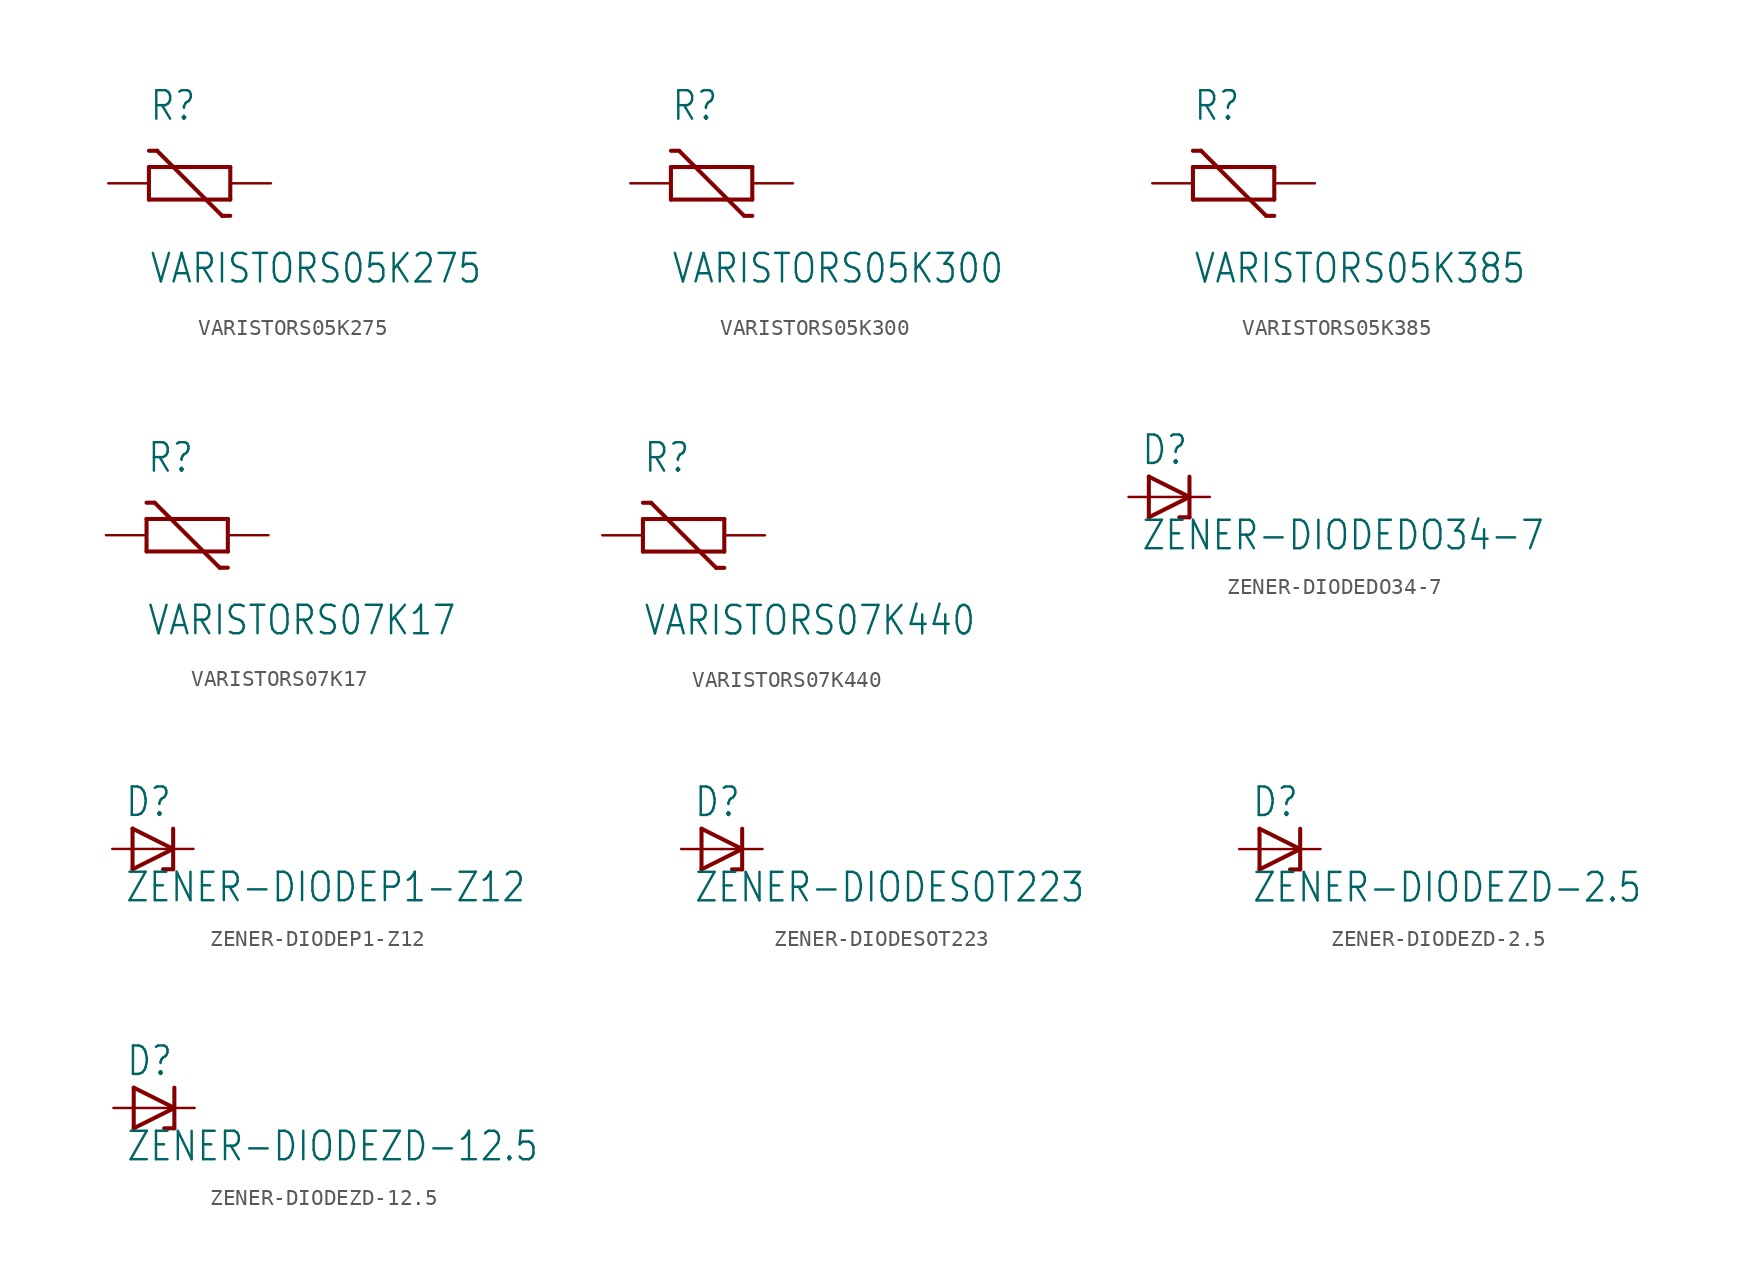
<source format=kicad_sym>
(kicad_symbol_lib
  (version 20211014)
  (generator kicad_symbol_editor)
  (symbol "VARISTORS05K275"
    (property "Reference" "R"
      (at -2.54 3.81 0)
      (effects (font (size 1.778 1.511)) (justify left bottom)))
    (property "Value" "VARISTORS05K275"
      (at -2.54 -6.35 0)
      (effects (font (size 1.778 1.511)) (justify left bottom)))
    (property "ki_locked" ""
      (at 0 0 0)
      (effects (font (size 1.27 1.27))))
    (symbol "VARISTORS05K275_1_0"
      (polyline (pts (xy -2.54 -1.016) (xy -2.54 1.016)) (stroke (width 0.254) (type default) (color 0 0 0 0)) (fill (type none)))
      (polyline (pts (xy -2.54 1.016) (xy 2.54 1.016)) (stroke (width 0.254) (type default) (color 0 0 0 0)) (fill (type none)))
      (polyline (pts (xy -2.032 2.032) (xy -2.54 2.032)) (stroke (width 0.254) (type default) (color 0 0 0 0)) (fill (type none)))
      (polyline (pts (xy 2.032 -2.032) (xy -2.032 2.032)) (stroke (width 0.254) (type default) (color 0 0 0 0)) (fill (type none)))
      (polyline (pts (xy 2.54 -2.032) (xy 2.032 -2.032)) (stroke (width 0.254) (type default) (color 0 0 0 0)) (fill (type none)))
      (polyline (pts (xy 2.54 -1.016) (xy -2.54 -1.016)) (stroke (width 0.254) (type default) (color 0 0 0 0)) (fill (type none)))
      (polyline (pts (xy 2.54 1.016) (xy 2.54 -1.016)) (stroke (width 0.254) (type default) (color 0 0 0 0)) (fill (type none)))
      (pin passive line (at 5.08 0 180) (length 2.54) (name "1" (effects (font (size 0 0)))) (number "1" (effects (font (size 0 0)))))
      (pin passive line (at -5.08 0 0) (length 2.54) (name "2" (effects (font (size 0 0)))) (number "2" (effects (font (size 0 0)))))))
  (symbol "VARISTORS05K300"
    (property "Reference" "R"
      (at -2.54 3.81 0)
      (effects (font (size 1.778 1.511)) (justify left bottom)))
    (property "Value" "VARISTORS05K300"
      (at -2.54 -6.35 0)
      (effects (font (size 1.778 1.511)) (justify left bottom)))
    (property "ki_locked" ""
      (at 0 0 0)
      (effects (font (size 1.27 1.27))))
    (symbol "VARISTORS05K300_1_0"
      (polyline (pts (xy -2.54 -1.016) (xy -2.54 1.016)) (stroke (width 0.254) (type default) (color 0 0 0 0)) (fill (type none)))
      (polyline (pts (xy -2.54 1.016) (xy 2.54 1.016)) (stroke (width 0.254) (type default) (color 0 0 0 0)) (fill (type none)))
      (polyline (pts (xy -2.032 2.032) (xy -2.54 2.032)) (stroke (width 0.254) (type default) (color 0 0 0 0)) (fill (type none)))
      (polyline (pts (xy 2.032 -2.032) (xy -2.032 2.032)) (stroke (width 0.254) (type default) (color 0 0 0 0)) (fill (type none)))
      (polyline (pts (xy 2.54 -2.032) (xy 2.032 -2.032)) (stroke (width 0.254) (type default) (color 0 0 0 0)) (fill (type none)))
      (polyline (pts (xy 2.54 -1.016) (xy -2.54 -1.016)) (stroke (width 0.254) (type default) (color 0 0 0 0)) (fill (type none)))
      (polyline (pts (xy 2.54 1.016) (xy 2.54 -1.016)) (stroke (width 0.254) (type default) (color 0 0 0 0)) (fill (type none)))
      (pin passive line (at 5.08 0 180) (length 2.54) (name "1" (effects (font (size 0 0)))) (number "1" (effects (font (size 0 0)))))
      (pin passive line (at -5.08 0 0) (length 2.54) (name "2" (effects (font (size 0 0)))) (number "2" (effects (font (size 0 0)))))))
  (symbol "VARISTORS05K385"
    (property "Reference" "R"
      (at -2.54 3.81 0)
      (effects (font (size 1.778 1.511)) (justify left bottom)))
    (property "Value" "VARISTORS05K385"
      (at -2.54 -6.35 0)
      (effects (font (size 1.778 1.511)) (justify left bottom)))
    (property "ki_locked" ""
      (at 0 0 0)
      (effects (font (size 1.27 1.27))))
    (symbol "VARISTORS05K385_1_0"
      (polyline (pts (xy -2.54 -1.016) (xy -2.54 1.016)) (stroke (width 0.254) (type default) (color 0 0 0 0)) (fill (type none)))
      (polyline (pts (xy -2.54 1.016) (xy 2.54 1.016)) (stroke (width 0.254) (type default) (color 0 0 0 0)) (fill (type none)))
      (polyline (pts (xy -2.032 2.032) (xy -2.54 2.032)) (stroke (width 0.254) (type default) (color 0 0 0 0)) (fill (type none)))
      (polyline (pts (xy 2.032 -2.032) (xy -2.032 2.032)) (stroke (width 0.254) (type default) (color 0 0 0 0)) (fill (type none)))
      (polyline (pts (xy 2.54 -2.032) (xy 2.032 -2.032)) (stroke (width 0.254) (type default) (color 0 0 0 0)) (fill (type none)))
      (polyline (pts (xy 2.54 -1.016) (xy -2.54 -1.016)) (stroke (width 0.254) (type default) (color 0 0 0 0)) (fill (type none)))
      (polyline (pts (xy 2.54 1.016) (xy 2.54 -1.016)) (stroke (width 0.254) (type default) (color 0 0 0 0)) (fill (type none)))
      (pin passive line (at 5.08 0 180) (length 2.54) (name "1" (effects (font (size 0 0)))) (number "1" (effects (font (size 0 0)))))
      (pin passive line (at -5.08 0 0) (length 2.54) (name "2" (effects (font (size 0 0)))) (number "2" (effects (font (size 0 0)))))))
  (symbol "VARISTORS07K17"
    (property "Reference" "R"
      (at -2.54 3.81 0)
      (effects (font (size 1.778 1.511)) (justify left bottom)))
    (property "Value" "VARISTORS07K17"
      (at -2.54 -6.35 0)
      (effects (font (size 1.778 1.511)) (justify left bottom)))
    (property "ki_locked" ""
      (at 0 0 0)
      (effects (font (size 1.27 1.27))))
    (symbol "VARISTORS07K17_1_0"
      (polyline (pts (xy -2.54 -1.016) (xy -2.54 1.016)) (stroke (width 0.254) (type default) (color 0 0 0 0)) (fill (type none)))
      (polyline (pts (xy -2.54 1.016) (xy 2.54 1.016)) (stroke (width 0.254) (type default) (color 0 0 0 0)) (fill (type none)))
      (polyline (pts (xy -2.032 2.032) (xy -2.54 2.032)) (stroke (width 0.254) (type default) (color 0 0 0 0)) (fill (type none)))
      (polyline (pts (xy 2.032 -2.032) (xy -2.032 2.032)) (stroke (width 0.254) (type default) (color 0 0 0 0)) (fill (type none)))
      (polyline (pts (xy 2.54 -2.032) (xy 2.032 -2.032)) (stroke (width 0.254) (type default) (color 0 0 0 0)) (fill (type none)))
      (polyline (pts (xy 2.54 -1.016) (xy -2.54 -1.016)) (stroke (width 0.254) (type default) (color 0 0 0 0)) (fill (type none)))
      (polyline (pts (xy 2.54 1.016) (xy 2.54 -1.016)) (stroke (width 0.254) (type default) (color 0 0 0 0)) (fill (type none)))
      (pin passive line (at 5.08 0 180) (length 2.54) (name "1" (effects (font (size 0 0)))) (number "1" (effects (font (size 0 0)))))
      (pin passive line (at -5.08 0 0) (length 2.54) (name "2" (effects (font (size 0 0)))) (number "2" (effects (font (size 0 0)))))))
  (symbol "VARISTORS07K440"
    (property "Reference" "R"
      (at -2.54 3.81 0)
      (effects (font (size 1.778 1.511)) (justify left bottom)))
    (property "Value" "VARISTORS07K440"
      (at -2.54 -6.35 0)
      (effects (font (size 1.778 1.511)) (justify left bottom)))
    (property "ki_locked" ""
      (at 0 0 0)
      (effects (font (size 1.27 1.27))))
    (symbol "VARISTORS07K440_1_0"
      (polyline (pts (xy -2.54 -1.016) (xy -2.54 1.016)) (stroke (width 0.254) (type default) (color 0 0 0 0)) (fill (type none)))
      (polyline (pts (xy -2.54 1.016) (xy 2.54 1.016)) (stroke (width 0.254) (type default) (color 0 0 0 0)) (fill (type none)))
      (polyline (pts (xy -2.032 2.032) (xy -2.54 2.032)) (stroke (width 0.254) (type default) (color 0 0 0 0)) (fill (type none)))
      (polyline (pts (xy 2.032 -2.032) (xy -2.032 2.032)) (stroke (width 0.254) (type default) (color 0 0 0 0)) (fill (type none)))
      (polyline (pts (xy 2.54 -2.032) (xy 2.032 -2.032)) (stroke (width 0.254) (type default) (color 0 0 0 0)) (fill (type none)))
      (polyline (pts (xy 2.54 -1.016) (xy -2.54 -1.016)) (stroke (width 0.254) (type default) (color 0 0 0 0)) (fill (type none)))
      (polyline (pts (xy 2.54 1.016) (xy 2.54 -1.016)) (stroke (width 0.254) (type default) (color 0 0 0 0)) (fill (type none)))
      (pin passive line (at 5.08 0 180) (length 2.54) (name "1" (effects (font (size 0 0)))) (number "1" (effects (font (size 0 0)))))
      (pin passive line (at -5.08 0 0) (length 2.54) (name "2" (effects (font (size 0 0)))) (number "2" (effects (font (size 0 0)))))))
  (symbol "ZENER-DIODEDO34-7"
    (property "Reference" "D"
      (at -1.778 1.905 0)
      (effects (font (size 1.778 1.511)) (justify left bottom)))
    (property "Value" "ZENER-DIODEDO34-7"
      (at -1.778 -3.429 0)
      (effects (font (size 1.778 1.511)) (justify left bottom)))
    (property "ki_locked" ""
      (at 0 0 0)
      (effects (font (size 1.27 1.27))))
    (symbol "ZENER-DIODEDO34-7_1_0"
      (polyline (pts (xy -1.27 -1.27) (xy 1.27 0)) (stroke (width 0.254) (type default) (color 0 0 0 0)) (fill (type none)))
      (polyline (pts (xy -1.27 1.27) (xy -1.27 -1.27)) (stroke (width 0.254) (type default) (color 0 0 0 0)) (fill (type none)))
      (polyline (pts (xy 1.27 -1.27) (xy 0.635 -1.27)) (stroke (width 0.254) (type default) (color 0 0 0 0)) (fill (type none)))
      (polyline (pts (xy 1.27 0) (xy -1.27 1.27)) (stroke (width 0.254) (type default) (color 0 0 0 0)) (fill (type none)))
      (polyline (pts (xy 1.27 0) (xy 1.27 -1.27)) (stroke (width 0.254) (type default) (color 0 0 0 0)) (fill (type none)))
      (polyline (pts (xy 1.27 1.27) (xy 1.27 0)) (stroke (width 0.254) (type default) (color 0 0 0 0)) (fill (type none)))
      (pin passive line (at -2.54 0 0) (length 2.54) (name "A" (effects (font (size 0 0)))) (number "A" (effects (font (size 0 0)))))
      (pin passive line (at 2.54 0 180) (length 2.54) (name "C" (effects (font (size 0 0)))) (number "C" (effects (font (size 0 0)))))))
  (symbol "ZENER-DIODEP1-Z12"
    (property "Reference" "D"
      (at -1.778 1.905 0)
      (effects (font (size 1.778 1.511)) (justify left bottom)))
    (property "Value" "ZENER-DIODEP1-Z12"
      (at -1.778 -3.429 0)
      (effects (font (size 1.778 1.511)) (justify left bottom)))
    (property "ki_locked" ""
      (at 0 0 0)
      (effects (font (size 1.27 1.27))))
    (symbol "ZENER-DIODEP1-Z12_1_0"
      (polyline (pts (xy -1.27 -1.27) (xy 1.27 0)) (stroke (width 0.254) (type default) (color 0 0 0 0)) (fill (type none)))
      (polyline (pts (xy -1.27 1.27) (xy -1.27 -1.27)) (stroke (width 0.254) (type default) (color 0 0 0 0)) (fill (type none)))
      (polyline (pts (xy 1.27 -1.27) (xy 0.635 -1.27)) (stroke (width 0.254) (type default) (color 0 0 0 0)) (fill (type none)))
      (polyline (pts (xy 1.27 0) (xy -1.27 1.27)) (stroke (width 0.254) (type default) (color 0 0 0 0)) (fill (type none)))
      (polyline (pts (xy 1.27 0) (xy 1.27 -1.27)) (stroke (width 0.254) (type default) (color 0 0 0 0)) (fill (type none)))
      (polyline (pts (xy 1.27 1.27) (xy 1.27 0)) (stroke (width 0.254) (type default) (color 0 0 0 0)) (fill (type none)))
      (pin passive line (at -2.54 0 0) (length 2.54) (name "A" (effects (font (size 0 0)))) (number "A" (effects (font (size 0 0)))))
      (pin passive line (at 2.54 0 180) (length 2.54) (name "C" (effects (font (size 0 0)))) (number "C" (effects (font (size 0 0)))))))
  (symbol "ZENER-DIODESOT223"
    (property "Reference" "D"
      (at -1.778 1.905 0)
      (effects (font (size 1.778 1.511)) (justify left bottom)))
    (property "Value" "ZENER-DIODESOT223"
      (at -1.778 -3.429 0)
      (effects (font (size 1.778 1.511)) (justify left bottom)))
    (property "ki_locked" ""
      (at 0 0 0)
      (effects (font (size 1.27 1.27))))
    (symbol "ZENER-DIODESOT223_1_0"
      (polyline (pts (xy -1.27 -1.27) (xy 1.27 0)) (stroke (width 0.254) (type default) (color 0 0 0 0)) (fill (type none)))
      (polyline (pts (xy -1.27 1.27) (xy -1.27 -1.27)) (stroke (width 0.254) (type default) (color 0 0 0 0)) (fill (type none)))
      (polyline (pts (xy 1.27 -1.27) (xy 0.635 -1.27)) (stroke (width 0.254) (type default) (color 0 0 0 0)) (fill (type none)))
      (polyline (pts (xy 1.27 0) (xy -1.27 1.27)) (stroke (width 0.254) (type default) (color 0 0 0 0)) (fill (type none)))
      (polyline (pts (xy 1.27 0) (xy 1.27 -1.27)) (stroke (width 0.254) (type default) (color 0 0 0 0)) (fill (type none)))
      (polyline (pts (xy 1.27 1.27) (xy 1.27 0)) (stroke (width 0.254) (type default) (color 0 0 0 0)) (fill (type none)))
      (pin passive line (at -2.54 0 0) (length 2.54) (name "A" (effects (font (size 0 0)))) (number "1" (effects (font (size 0 0)))))
      (pin passive line (at 2.54 0 180) (length 2.54) (name "C" (effects (font (size 0 0)))) (number "4" (effects (font (size 0 0)))))))
  (symbol "ZENER-DIODEZD-2.5"
    (property "Reference" "D"
      (at -1.778 1.905 0)
      (effects (font (size 1.778 1.511)) (justify left bottom)))
    (property "Value" "ZENER-DIODEZD-2.5"
      (at -1.778 -3.429 0)
      (effects (font (size 1.778 1.511)) (justify left bottom)))
    (property "ki_locked" ""
      (at 0 0 0)
      (effects (font (size 1.27 1.27))))
    (symbol "ZENER-DIODEZD-2.5_1_0"
      (polyline (pts (xy -1.27 -1.27) (xy 1.27 0)) (stroke (width 0.254) (type default) (color 0 0 0 0)) (fill (type none)))
      (polyline (pts (xy -1.27 1.27) (xy -1.27 -1.27)) (stroke (width 0.254) (type default) (color 0 0 0 0)) (fill (type none)))
      (polyline (pts (xy 1.27 -1.27) (xy 0.635 -1.27)) (stroke (width 0.254) (type default) (color 0 0 0 0)) (fill (type none)))
      (polyline (pts (xy 1.27 0) (xy -1.27 1.27)) (stroke (width 0.254) (type default) (color 0 0 0 0)) (fill (type none)))
      (polyline (pts (xy 1.27 0) (xy 1.27 -1.27)) (stroke (width 0.254) (type default) (color 0 0 0 0)) (fill (type none)))
      (polyline (pts (xy 1.27 1.27) (xy 1.27 0)) (stroke (width 0.254) (type default) (color 0 0 0 0)) (fill (type none)))
      (pin passive line (at -2.54 0 0) (length 2.54) (name "A" (effects (font (size 0 0)))) (number "A" (effects (font (size 0 0)))))
      (pin passive line (at 2.54 0 180) (length 2.54) (name "C" (effects (font (size 0 0)))) (number "C" (effects (font (size 0 0)))))))
  (symbol "ZENER-DIODEZD-12.5"
    (property "Reference" "D"
      (at -1.778 1.905 0)
      (effects (font (size 1.778 1.511)) (justify left bottom)))
    (property "Value" "ZENER-DIODEZD-12.5"
      (at -1.778 -3.429 0)
      (effects (font (size 1.778 1.511)) (justify left bottom)))
    (property "ki_locked" ""
      (at 0 0 0)
      (effects (font (size 1.27 1.27))))
    (symbol "ZENER-DIODEZD-12.5_1_0"
      (polyline (pts (xy -1.27 -1.27) (xy 1.27 0)) (stroke (width 0.254) (type default) (color 0 0 0 0)) (fill (type none)))
      (polyline (pts (xy -1.27 1.27) (xy -1.27 -1.27)) (stroke (width 0.254) (type default) (color 0 0 0 0)) (fill (type none)))
      (polyline (pts (xy 1.27 -1.27) (xy 0.635 -1.27)) (stroke (width 0.254) (type default) (color 0 0 0 0)) (fill (type none)))
      (polyline (pts (xy 1.27 0) (xy -1.27 1.27)) (stroke (width 0.254) (type default) (color 0 0 0 0)) (fill (type none)))
      (polyline (pts (xy 1.27 0) (xy 1.27 -1.27)) (stroke (width 0.254) (type default) (color 0 0 0 0)) (fill (type none)))
      (polyline (pts (xy 1.27 1.27) (xy 1.27 0)) (stroke (width 0.254) (type default) (color 0 0 0 0)) (fill (type none)))
      (pin passive line (at -2.54 0 0) (length 2.54) (name "A" (effects (font (size 0 0)))) (number "A" (effects (font (size 0 0)))))
      (pin passive line (at 2.54 0 180) (length 2.54) (name "C" (effects (font (size 0 0)))) (number "C" (effects (font (size 0 0))))))))
</source>
